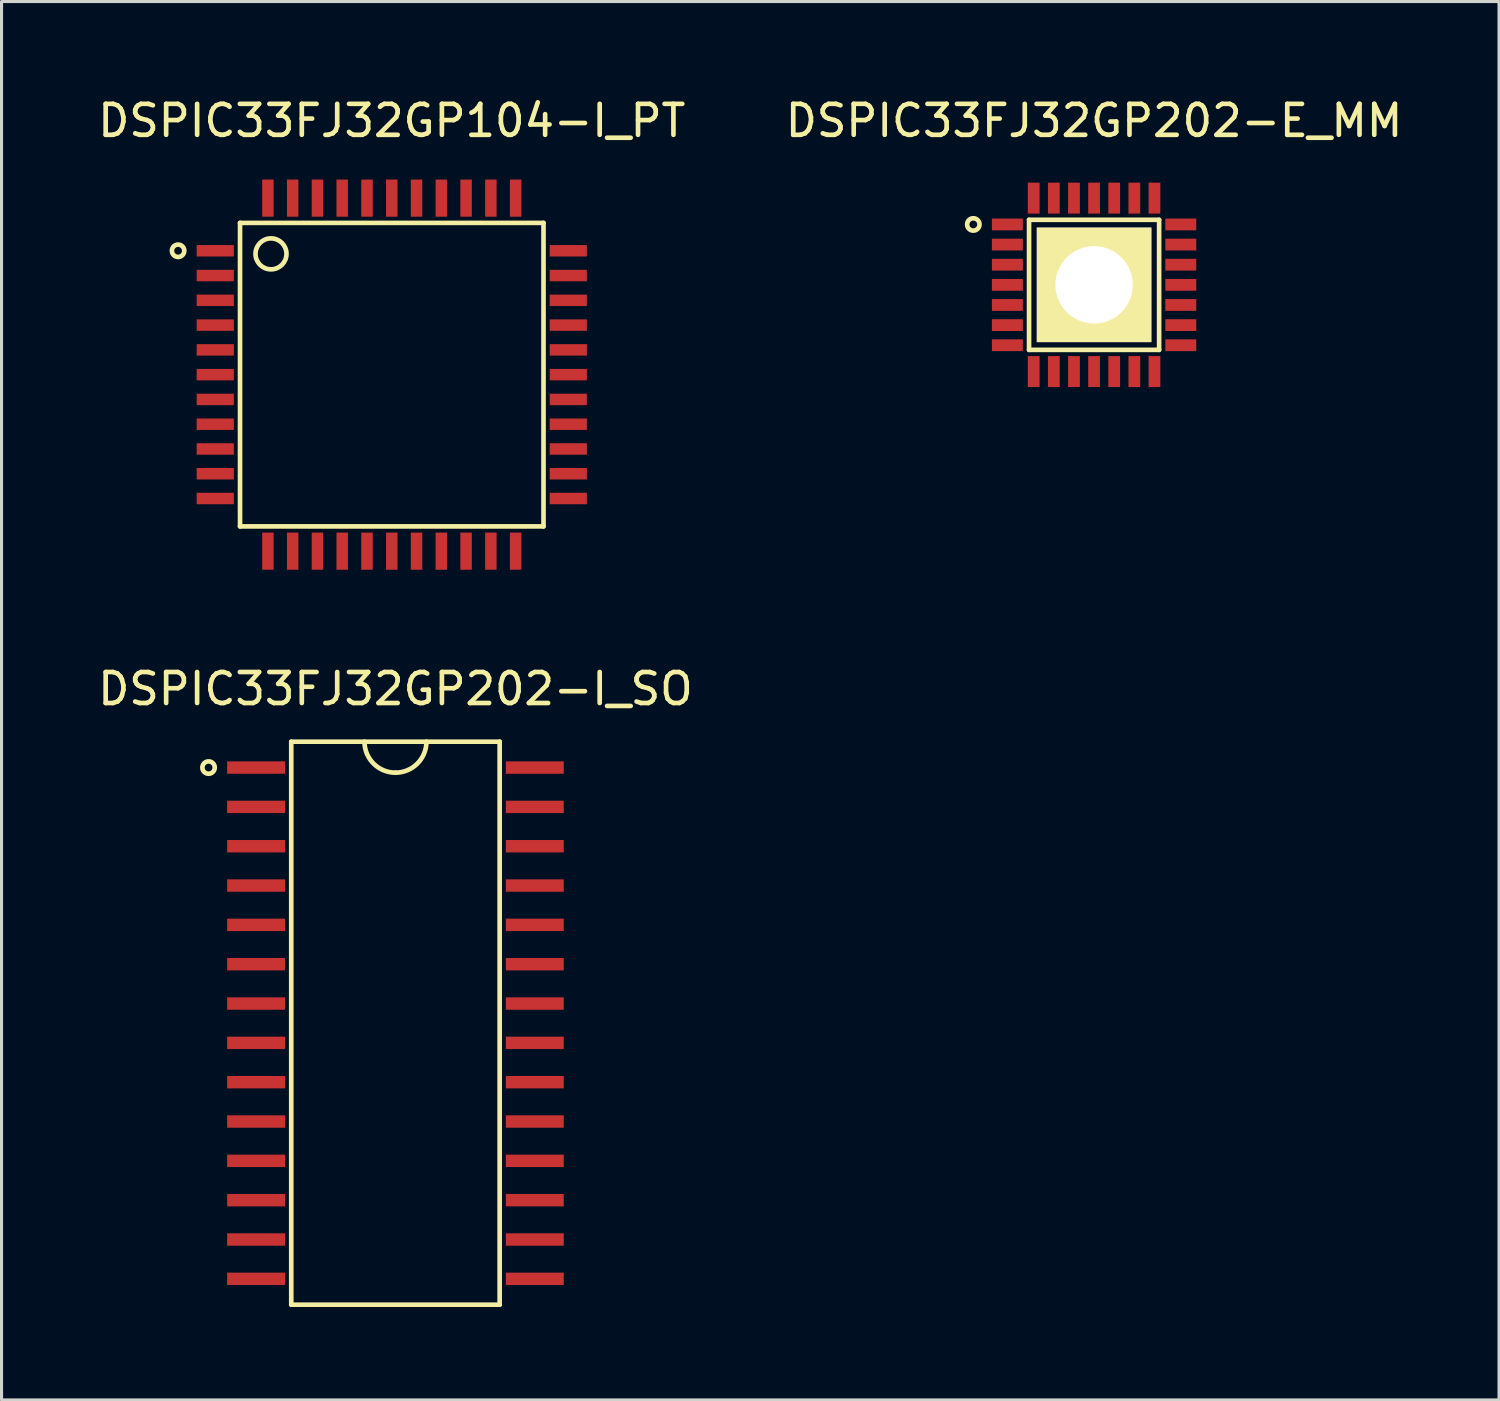
<source format=kicad_pcb>
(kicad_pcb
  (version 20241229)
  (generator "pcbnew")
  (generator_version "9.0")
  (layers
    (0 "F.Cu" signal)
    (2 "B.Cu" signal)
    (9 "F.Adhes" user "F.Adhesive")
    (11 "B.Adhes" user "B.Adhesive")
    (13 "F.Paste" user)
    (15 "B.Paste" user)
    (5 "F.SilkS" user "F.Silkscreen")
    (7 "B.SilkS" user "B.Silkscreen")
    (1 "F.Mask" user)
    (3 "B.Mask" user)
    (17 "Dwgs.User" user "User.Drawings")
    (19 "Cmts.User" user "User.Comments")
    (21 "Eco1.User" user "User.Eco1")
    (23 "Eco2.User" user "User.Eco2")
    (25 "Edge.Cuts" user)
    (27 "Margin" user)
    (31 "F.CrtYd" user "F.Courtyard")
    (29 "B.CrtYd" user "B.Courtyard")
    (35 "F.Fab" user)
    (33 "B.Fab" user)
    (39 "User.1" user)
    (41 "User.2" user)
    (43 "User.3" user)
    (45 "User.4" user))
  (footprint "DSPIC33FJ32GP202-E_MM"
    (layer "F.Cu")
    (at 29.48 3.348)
    (property "Reference" "DSPIC33FJ32GP202-E_MM" (at 2.8 -2.5 0) (layer "F.SilkS") (effects (font (size 1 1) (thickness 0.15))))
    (attr through_hole)
    (fp_line (start 0.7 0.7) (end 0.7 4.9) (stroke (width 0.15) (type solid)) (layer "F.SilkS"))
    (fp_line (start 0.7 0.7) (end 4.9 0.7) (stroke (width 0.15) (type solid)) (layer "F.SilkS"))
    (fp_line (start 0.7 4.9) (end 4.9 4.9) (stroke (width 0.15) (type solid)) (layer "F.SilkS"))
    (fp_line (start 4.9 4.9) (end 4.9 0.7) (stroke (width 0.15) (type solid)) (layer "F.SilkS"))
    (fp_circle (center -1.1 0.85) (end -1.1 0.65) (stroke (width 0.15) (type solid)) (fill no) (layer "F.SilkS"))
    (fp_circle (center 1.7 1.7) (end 1.7 1.2) (stroke (width 0.15) (type solid)) (fill no) (layer "F.SilkS"))
    (pad "1" smd rect (at 0 0.85) (size 1 0.38) (layers "F.Cu" "F.Mask" "F.Paste"))
    (pad "2" smd rect (at 0 1.5) (size 1 0.38) (layers "F.Cu" "F.Mask" "F.Paste"))
    (pad "3" smd rect (at 0 2.15) (size 1 0.38) (layers "F.Cu" "F.Mask" "F.Paste"))
    (pad "4" smd rect (at 0 2.8) (size 1 0.38) (layers "F.Cu" "F.Mask" "F.Paste"))
    (pad "5" smd rect (at 0 3.45) (size 1 0.38) (layers "F.Cu" "F.Mask" "F.Paste"))
    (pad "6" smd rect (at 0 4.1) (size 1 0.38) (layers "F.Cu" "F.Mask" "F.Paste"))
    (pad "7" smd rect (at 0 4.75) (size 1 0.38) (layers "F.Cu" "F.Mask" "F.Paste"))
    (pad "8" smd rect (at 0.85 5.6) (size 0.38 1) (layers "F.Cu" "F.Mask" "F.Paste"))
    (pad "9" smd rect (at 1.5 5.6) (size 0.38 1) (layers "F.Cu" "F.Mask" "F.Paste"))
    (pad "10" smd rect (at 2.15 5.6) (size 0.38 1) (layers "F.Cu" "F.Mask" "F.Paste"))
    (pad "11" smd rect (at 2.8 5.6) (size 0.38 1) (layers "F.Cu" "F.Mask" "F.Paste"))
    (pad "12" smd rect (at 3.45 5.6) (size 0.38 1) (layers "F.Cu" "F.Mask" "F.Paste"))
    (pad "13" smd rect (at 4.1 5.6) (size 0.38 1) (layers "F.Cu" "F.Mask" "F.Paste"))
    (pad "14" smd rect (at 4.75 5.6) (size 0.38 1) (layers "F.Cu" "F.Mask" "F.Paste"))
    (pad "15" smd rect (at 5.6 4.75) (size 1 0.38) (layers "F.Cu" "F.Mask" "F.Paste"))
    (pad "16" smd rect (at 5.6 4.1) (size 1 0.38) (layers "F.Cu" "F.Mask" "F.Paste"))
    (pad "17" smd rect (at 5.6 3.45) (size 1 0.38) (layers "F.Cu" "F.Mask" "F.Paste"))
    (pad "18" smd rect (at 5.6 2.8) (size 1 0.38) (layers "F.Cu" "F.Mask" "F.Paste"))
    (pad "19" smd rect (at 5.6 2.15) (size 1 0.38) (layers "F.Cu" "F.Mask" "F.Paste"))
    (pad "20" smd rect (at 5.6 1.5) (size 1 0.38) (layers "F.Cu" "F.Mask" "F.Paste"))
    (pad "21" smd rect (at 5.6 0.85) (size 1 0.38) (layers "F.Cu" "F.Mask" "F.Paste"))
    (pad "22" smd rect (at 4.75 0) (size 0.38 1) (layers "F.Cu" "F.Mask" "F.Paste"))
    (pad "23" smd rect (at 4.1 0) (size 0.38 1) (layers "F.Cu" "F.Mask" "F.Paste"))
    (pad "24" smd rect (at 3.45 0) (size 0.38 1) (layers "F.Cu" "F.Mask" "F.Paste"))
    (pad "25" smd rect (at 2.8 0) (size 0.38 1) (layers "F.Cu" "F.Mask" "F.Paste"))
    (pad "26" smd rect (at 2.15 0) (size 0.38 1) (layers "F.Cu" "F.Mask" "F.Paste"))
    (pad "27" smd rect (at 1.5 0) (size 0.38 1) (layers "F.Cu" "F.Mask" "F.Paste"))
    (pad "28" smd rect (at 0.85 0) (size 0.38 1) (layers "F.Cu" "F.Mask" "F.Paste"))
    (pad "999" thru_hole rect (at 2.8 2.8) (size 3.7 3.7) (drill 2.5) (layers "*.Cu" "*.Mask" "F.SilkS")))
  (footprint "DSPIC33FJ32GP202-I_SO"
    (layer "F.Cu")
    (at 5.22 21.736)
    (property "Reference" "DSPIC33FJ32GP202-I_SO" (at 4.5 -2.54 0) (layer "F.SilkS") (effects (font (size 1 1) (thickness 0.15))))
    (attr through_hole)
    (fp_line (start 1.135 -0.835) (end 7.865 -0.835) (stroke (width 0.15) (type solid)) (layer "F.SilkS"))
    (fp_line (start 1.135 17.345) (end 1.135 -0.835) (stroke (width 0.15) (type solid)) (layer "F.SilkS"))
    (fp_line (start 7.865 -0.835) (end 7.865 17.345) (stroke (width 0.15) (type solid)) (layer "F.SilkS"))
    (fp_line (start 7.865 17.345) (end 1.135 17.345) (stroke (width 0.15) (type solid)) (layer "F.SilkS"))
    (fp_arc (start 4.5 0.165) (mid 3.792893 -0.127893) (end 3.5 -0.835) (stroke (width 0.15) (type solid)) (layer "F.SilkS"))
    (fp_arc (start 5.5 -0.835) (mid 5.207107 -0.127893) (end 4.5 0.165) (stroke (width 0.15) (type solid)) (layer "F.SilkS"))
    (fp_circle (center -1.535 0) (end -1.535 0.2) (stroke (width 0.15) (type solid)) (fill no) (layer "F.SilkS"))
    (pad "1" smd rect (at 0 0) (size 1.87 0.4) (layers "F.Cu" "F.Mask" "F.Paste"))
    (pad "2" smd rect (at 0 1.27) (size 1.87 0.4) (layers "F.Cu" "F.Mask" "F.Paste"))
    (pad "3" smd rect (at 0 2.54) (size 1.87 0.4) (layers "F.Cu" "F.Mask" "F.Paste"))
    (pad "4" smd rect (at 0 3.81) (size 1.87 0.4) (layers "F.Cu" "F.Mask" "F.Paste"))
    (pad "5" smd rect (at 0 5.08) (size 1.87 0.4) (layers "F.Cu" "F.Mask" "F.Paste"))
    (pad "6" smd rect (at 0 6.35) (size 1.87 0.4) (layers "F.Cu" "F.Mask" "F.Paste"))
    (pad "7" smd rect (at 0 7.62) (size 1.87 0.4) (layers "F.Cu" "F.Mask" "F.Paste"))
    (pad "8" smd rect (at 0 8.89) (size 1.87 0.4) (layers "F.Cu" "F.Mask" "F.Paste"))
    (pad "9" smd rect (at 0 10.16) (size 1.87 0.4) (layers "F.Cu" "F.Mask" "F.Paste"))
    (pad "10" smd rect (at 0 11.43) (size 1.87 0.4) (layers "F.Cu" "F.Mask" "F.Paste"))
    (pad "11" smd rect (at 0 12.7) (size 1.87 0.4) (layers "F.Cu" "F.Mask" "F.Paste"))
    (pad "12" smd rect (at 0 13.97) (size 1.87 0.4) (layers "F.Cu" "F.Mask" "F.Paste"))
    (pad "13" smd rect (at 0 15.24) (size 1.87 0.4) (layers "F.Cu" "F.Mask" "F.Paste"))
    (pad "14" smd rect (at 0 16.51) (size 1.87 0.4) (layers "F.Cu" "F.Mask" "F.Paste"))
    (pad "15" smd rect (at 9 16.51) (size 1.87 0.4) (layers "F.Cu" "F.Mask" "F.Paste"))
    (pad "16" smd rect (at 9 15.24) (size 1.87 0.4) (layers "F.Cu" "F.Mask" "F.Paste"))
    (pad "17" smd rect (at 9 13.97) (size 1.87 0.4) (layers "F.Cu" "F.Mask" "F.Paste"))
    (pad "18" smd rect (at 9 12.7) (size 1.87 0.4) (layers "F.Cu" "F.Mask" "F.Paste"))
    (pad "19" smd rect (at 9 11.43) (size 1.87 0.4) (layers "F.Cu" "F.Mask" "F.Paste"))
    (pad "20" smd rect (at 9 10.16) (size 1.87 0.4) (layers "F.Cu" "F.Mask" "F.Paste"))
    (pad "21" smd rect (at 9 8.89) (size 1.87 0.4) (layers "F.Cu" "F.Mask" "F.Paste"))
    (pad "22" smd rect (at 9 7.62) (size 1.87 0.4) (layers "F.Cu" "F.Mask" "F.Paste"))
    (pad "23" smd rect (at 9 6.35) (size 1.87 0.4) (layers "F.Cu" "F.Mask" "F.Paste"))
    (pad "24" smd rect (at 9 5.08) (size 1.87 0.4) (layers "F.Cu" "F.Mask" "F.Paste"))
    (pad "25" smd rect (at 9 3.81) (size 1.87 0.4) (layers "F.Cu" "F.Mask" "F.Paste"))
    (pad "26" smd rect (at 9 2.54) (size 1.87 0.4) (layers "F.Cu" "F.Mask" "F.Paste"))
    (pad "27" smd rect (at 9 1.27) (size 1.87 0.4) (layers "F.Cu" "F.Mask" "F.Paste"))
    (pad "28" smd rect (at 9 0) (size 1.87 0.4) (layers "F.Cu" "F.Mask" "F.Paste")))
  (footprint "DSPIC33FJ32GP104-I_PT"
    (layer "F.Cu")
    (at 3.901 3.348)
    (property "Reference" "DSPIC33FJ32GP104-I_PT" (at 5.7 -2.5 0) (layer "F.SilkS") (effects (font (size 1 1) (thickness 0.15))))
    (attr through_hole)
    (fp_line (start 0.8 0.8) (end 0.8 10.6) (stroke (width 0.15) (type solid)) (layer "F.SilkS"))
    (fp_line (start 0.8 0.8) (end 10.6 0.8) (stroke (width 0.15) (type solid)) (layer "F.SilkS"))
    (fp_line (start 0.8 10.6) (end 10.6 10.6) (stroke (width 0.15) (type solid)) (layer "F.SilkS"))
    (fp_line (start 10.6 10.6) (end 10.6 0.8) (stroke (width 0.15) (type solid)) (layer "F.SilkS"))
    (fp_circle (center -1.2 1.7) (end -1.2 1.5) (stroke (width 0.15) (type solid)) (fill no) (layer "F.SilkS"))
    (fp_circle (center 1.8 1.8) (end 1.8 1.3) (stroke (width 0.15) (type solid)) (fill no) (layer "F.SilkS"))
    (pad "1" smd rect (at 0 1.7) (size 1.2 0.37) (layers "F.Cu" "F.Mask" "F.Paste"))
    (pad "2" smd rect (at 0 2.5) (size 1.2 0.37) (layers "F.Cu" "F.Mask" "F.Paste"))
    (pad "3" smd rect (at 0 3.3) (size 1.2 0.37) (layers "F.Cu" "F.Mask" "F.Paste"))
    (pad "4" smd rect (at 0 4.1) (size 1.2 0.37) (layers "F.Cu" "F.Mask" "F.Paste"))
    (pad "5" smd rect (at 0 4.9) (size 1.2 0.37) (layers "F.Cu" "F.Mask" "F.Paste"))
    (pad "6" smd rect (at 0 5.7) (size 1.2 0.37) (layers "F.Cu" "F.Mask" "F.Paste"))
    (pad "7" smd rect (at 0 6.5) (size 1.2 0.37) (layers "F.Cu" "F.Mask" "F.Paste"))
    (pad "8" smd rect (at 0 7.3) (size 1.2 0.37) (layers "F.Cu" "F.Mask" "F.Paste"))
    (pad "9" smd rect (at 0 8.1) (size 1.2 0.37) (layers "F.Cu" "F.Mask" "F.Paste"))
    (pad "10" smd rect (at 0 8.9) (size 1.2 0.37) (layers "F.Cu" "F.Mask" "F.Paste"))
    (pad "11" smd rect (at 0 9.7) (size 1.2 0.37) (layers "F.Cu" "F.Mask" "F.Paste"))
    (pad "12" smd rect (at 1.7 11.4) (size 0.37 1.2) (layers "F.Cu" "F.Mask" "F.Paste"))
    (pad "13" smd rect (at 2.5 11.4) (size 0.37 1.2) (layers "F.Cu" "F.Mask" "F.Paste"))
    (pad "14" smd rect (at 3.3 11.4) (size 0.37 1.2) (layers "F.Cu" "F.Mask" "F.Paste"))
    (pad "15" smd rect (at 4.1 11.4) (size 0.37 1.2) (layers "F.Cu" "F.Mask" "F.Paste"))
    (pad "16" smd rect (at 4.9 11.4) (size 0.37 1.2) (layers "F.Cu" "F.Mask" "F.Paste"))
    (pad "17" smd rect (at 5.7 11.4) (size 0.37 1.2) (layers "F.Cu" "F.Mask" "F.Paste"))
    (pad "18" smd rect (at 6.5 11.4) (size 0.37 1.2) (layers "F.Cu" "F.Mask" "F.Paste"))
    (pad "19" smd rect (at 7.3 11.4) (size 0.37 1.2) (layers "F.Cu" "F.Mask" "F.Paste"))
    (pad "20" smd rect (at 8.1 11.4) (size 0.37 1.2) (layers "F.Cu" "F.Mask" "F.Paste"))
    (pad "21" smd rect (at 8.9 11.4) (size 0.37 1.2) (layers "F.Cu" "F.Mask" "F.Paste"))
    (pad "22" smd rect (at 9.7 11.4) (size 0.37 1.2) (layers "F.Cu" "F.Mask" "F.Paste"))
    (pad "23" smd rect (at 11.4 9.7) (size 1.2 0.37) (layers "F.Cu" "F.Mask" "F.Paste"))
    (pad "24" smd rect (at 11.4 8.9) (size 1.2 0.37) (layers "F.Cu" "F.Mask" "F.Paste"))
    (pad "25" smd rect (at 11.4 8.1) (size 1.2 0.37) (layers "F.Cu" "F.Mask" "F.Paste"))
    (pad "26" smd rect (at 11.4 7.3) (size 1.2 0.37) (layers "F.Cu" "F.Mask" "F.Paste"))
    (pad "27" smd rect (at 11.4 6.5) (size 1.2 0.37) (layers "F.Cu" "F.Mask" "F.Paste"))
    (pad "28" smd rect (at 11.4 5.7) (size 1.2 0.37) (layers "F.Cu" "F.Mask" "F.Paste"))
    (pad "29" smd rect (at 11.4 4.9) (size 1.2 0.37) (layers "F.Cu" "F.Mask" "F.Paste"))
    (pad "30" smd rect (at 11.4 4.1) (size 1.2 0.37) (layers "F.Cu" "F.Mask" "F.Paste"))
    (pad "31" smd rect (at 11.4 3.3) (size 1.2 0.37) (layers "F.Cu" "F.Mask" "F.Paste"))
    (pad "32" smd rect (at 11.4 2.5) (size 1.2 0.37) (layers "F.Cu" "F.Mask" "F.Paste"))
    (pad "33" smd rect (at 11.4 1.7) (size 1.2 0.37) (layers "F.Cu" "F.Mask" "F.Paste"))
    (pad "34" smd rect (at 9.7 0) (size 0.37 1.2) (layers "F.Cu" "F.Mask" "F.Paste"))
    (pad "35" smd rect (at 8.9 0) (size 0.37 1.2) (layers "F.Cu" "F.Mask" "F.Paste"))
    (pad "36" smd rect (at 8.1 0) (size 0.37 1.2) (layers "F.Cu" "F.Mask" "F.Paste"))
    (pad "37" smd rect (at 7.3 0) (size 0.37 1.2) (layers "F.Cu" "F.Mask" "F.Paste"))
    (pad "38" smd rect (at 6.5 0) (size 0.37 1.2) (layers "F.Cu" "F.Mask" "F.Paste"))
    (pad "39" smd rect (at 5.7 0) (size 0.37 1.2) (layers "F.Cu" "F.Mask" "F.Paste"))
    (pad "40" smd rect (at 4.9 0) (size 0.37 1.2) (layers "F.Cu" "F.Mask" "F.Paste"))
    (pad "41" smd rect (at 4.1 0) (size 0.37 1.2) (layers "F.Cu" "F.Mask" "F.Paste"))
    (pad "42" smd rect (at 3.3 0) (size 0.37 1.2) (layers "F.Cu" "F.Mask" "F.Paste"))
    (pad "43" smd rect (at 2.5 0) (size 0.37 1.2) (layers "F.Cu" "F.Mask" "F.Paste"))
    (pad "44" smd rect (at 1.7 0) (size 0.37 1.2) (layers "F.Cu" "F.Mask" "F.Paste")))
  (gr_rect
    (start -3 -3)
    (end 45.357 42.157)
    (stroke (width 0.1) (type default))
    (fill no)
    (layer "Edge.Cuts")))
</source>
